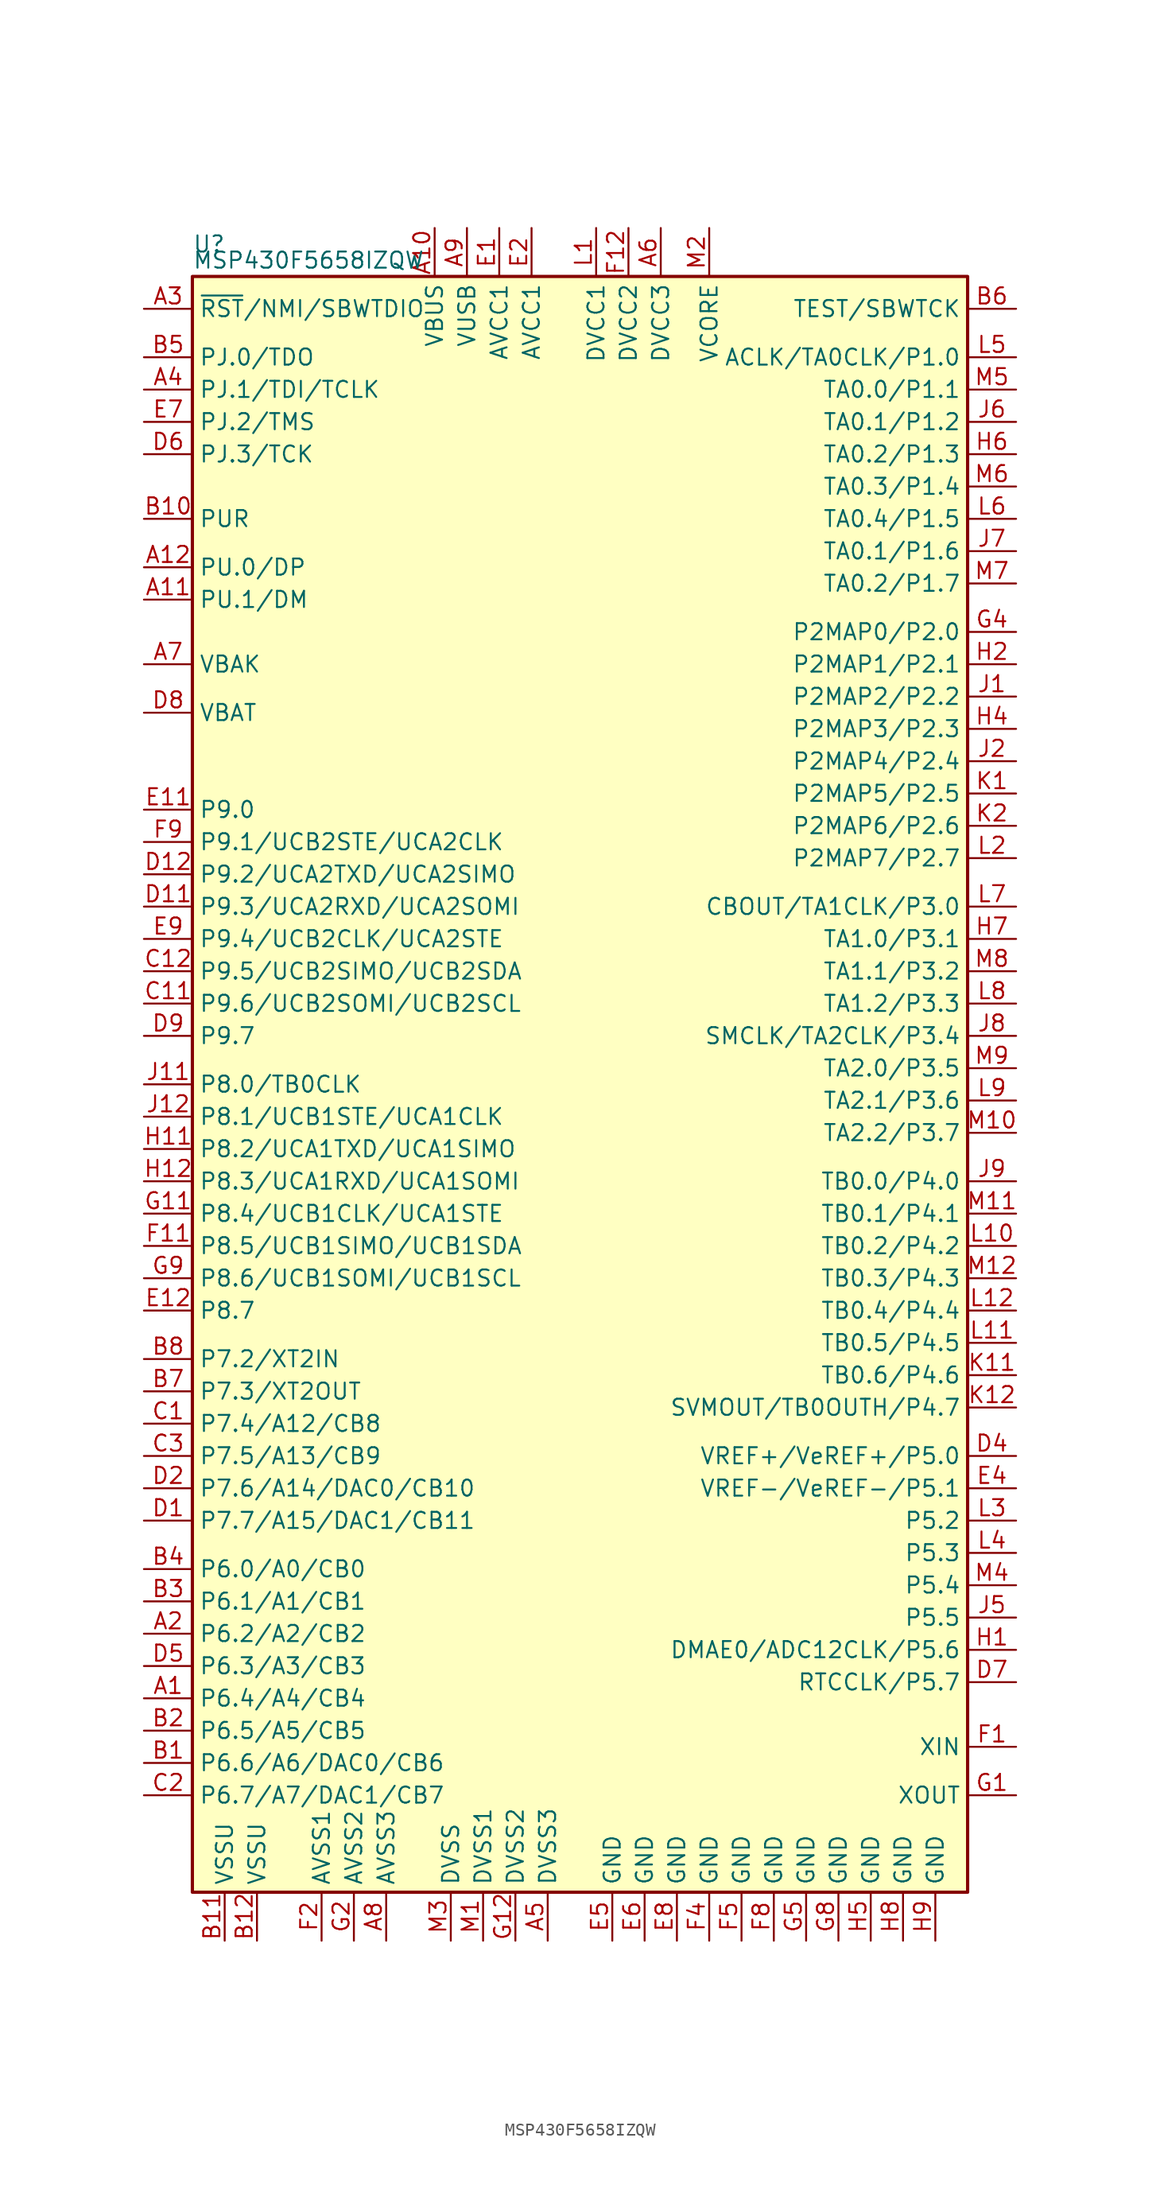
<source format=kicad_sym>
(kicad_symbol_lib
  (version 20231120)
  (generator "kicad_symbol_editor")
  (generator_version "8.0")
  (symbol "MSP430F5658IZQW"
    (property "Reference" "U"
      (at -30.48 66.04 0)
      (effects (font (size 1.27 1.27)) (justify left)))
    (property "Value" "MSP430F5658IZQW"
      (at -30.48 64.77 0)
      (effects (font (size 1.27 1.27)) (justify left)))
    (symbol "MSP430F5658IZQW_0_1"
      (rectangle (start -30.48 63.5) (end 30.48 -63.5) (stroke (width 0.254) (type default)) (fill (type background))))
    (symbol "MSP430F5658IZQW_1_1"
      (pin bidirectional line (at -34.29 -48.26 0) (length 3.81) (name "P6.4/A4/CB4" (effects (font (size 1.27 1.27)))) (number "A1" (effects (font (size 1.27 1.27)))))
      (pin passive line (at -11.43 67.31 270) (length 3.81) (name "VBUS" (effects (font (size 1.27 1.27)))) (number "A10" (effects (font (size 1.27 1.27)))))
      (pin bidirectional line (at -34.29 38.1 0) (length 3.81) (name "PU.1/DM" (effects (font (size 1.27 1.27)))) (number "A11" (effects (font (size 1.27 1.27)))))
      (pin bidirectional line (at -34.29 40.64 0) (length 3.81) (name "PU.0/DP" (effects (font (size 1.27 1.27)))) (number "A12" (effects (font (size 1.27 1.27)))))
      (pin bidirectional line (at -34.29 -43.18 0) (length 3.81) (name "P6.2/A2/CB2" (effects (font (size 1.27 1.27)))) (number "A2" (effects (font (size 1.27 1.27)))))
      (pin input line (at -34.29 60.96 0) (length 3.81) (name "~{RST}/NMI/SBWTDIO" (effects (font (size 1.27 1.27)))) (number "A3" (effects (font (size 1.27 1.27)))))
      (pin bidirectional line (at -34.29 54.61 0) (length 3.81) (name "PJ.1/TDI/TCLK" (effects (font (size 1.27 1.27)))) (number "A4" (effects (font (size 1.27 1.27)))))
      (pin power_in line (at -2.54 -67.31 90) (length 3.81) (name "DVSS3" (effects (font (size 1.27 1.27)))) (number "A5" (effects (font (size 1.27 1.27)))))
      (pin power_in line (at 6.35 67.31 270) (length 3.81) (name "DVCC3" (effects (font (size 1.27 1.27)))) (number "A6" (effects (font (size 1.27 1.27)))))
      (pin passive line (at -34.29 33.02 0) (length 3.81) (name "VBAK" (effects (font (size 1.27 1.27)))) (number "A7" (effects (font (size 1.27 1.27)))))
      (pin power_in line (at -15.24 -67.31 90) (length 3.81) (name "AVSS3" (effects (font (size 1.27 1.27)))) (number "A8" (effects (font (size 1.27 1.27)))))
      (pin passive line (at -8.89 67.31 270) (length 3.81) (name "VUSB" (effects (font (size 1.27 1.27)))) (number "A9" (effects (font (size 1.27 1.27)))))
      (pin bidirectional line (at -34.29 -53.34 0) (length 3.81) (name "P6.6/A6/DAC0/CB6" (effects (font (size 1.27 1.27)))) (number "B1" (effects (font (size 1.27 1.27)))))
      (pin bidirectional line (at -34.29 44.45 0) (length 3.81) (name "PUR" (effects (font (size 1.27 1.27)))) (number "B10" (effects (font (size 1.27 1.27)))))
      (pin power_in line (at -27.94 -67.31 90) (length 3.81) (name "VSSU" (effects (font (size 1.27 1.27)))) (number "B11" (effects (font (size 1.27 1.27)))))
      (pin power_in line (at -25.4 -67.31 90) (length 3.81) (name "VSSU" (effects (font (size 1.27 1.27)))) (number "B12" (effects (font (size 1.27 1.27)))))
      (pin bidirectional line (at -34.29 -50.8 0) (length 3.81) (name "P6.5/A5/CB5" (effects (font (size 1.27 1.27)))) (number "B2" (effects (font (size 1.27 1.27)))))
      (pin bidirectional line (at -34.29 -40.64 0) (length 3.81) (name "P6.1/A1/CB1" (effects (font (size 1.27 1.27)))) (number "B3" (effects (font (size 1.27 1.27)))))
      (pin bidirectional line (at -34.29 -38.1 0) (length 3.81) (name "P6.0/A0/CB0" (effects (font (size 1.27 1.27)))) (number "B4" (effects (font (size 1.27 1.27)))))
      (pin bidirectional line (at -34.29 57.15 0) (length 3.81) (name "PJ.0/TDO" (effects (font (size 1.27 1.27)))) (number "B5" (effects (font (size 1.27 1.27)))))
      (pin input line (at 34.29 60.96 180) (length 3.81) (name "TEST/SBWTCK" (effects (font (size 1.27 1.27)))) (number "B6" (effects (font (size 1.27 1.27)))))
      (pin bidirectional line (at -34.29 -24.13 0) (length 3.81) (name "P7.3/XT2OUT" (effects (font (size 1.27 1.27)))) (number "B7" (effects (font (size 1.27 1.27)))))
      (pin bidirectional line (at -34.29 -21.59 0) (length 3.81) (name "P7.2/XT2IN" (effects (font (size 1.27 1.27)))) (number "B8" (effects (font (size 1.27 1.27)))))
      (pin bidirectional line (at -34.29 -26.67 0) (length 3.81) (name "P7.4/A12/CB8" (effects (font (size 1.27 1.27)))) (number "C1" (effects (font (size 1.27 1.27)))))
      (pin bidirectional line (at -34.29 6.35 0) (length 3.81) (name "P9.6/UCB2SOMI/UCB2SCL" (effects (font (size 1.27 1.27)))) (number "C11" (effects (font (size 1.27 1.27)))))
      (pin bidirectional line (at -34.29 8.89 0) (length 3.81) (name "P9.5/UCB2SIMO/UCB2SDA" (effects (font (size 1.27 1.27)))) (number "C12" (effects (font (size 1.27 1.27)))))
      (pin bidirectional line (at -34.29 -55.88 0) (length 3.81) (name "P6.7/A7/DAC1/CB7" (effects (font (size 1.27 1.27)))) (number "C2" (effects (font (size 1.27 1.27)))))
      (pin bidirectional line (at -34.29 -29.21 0) (length 3.81) (name "P7.5/A13/CB9" (effects (font (size 1.27 1.27)))) (number "C3" (effects (font (size 1.27 1.27)))))
      (pin bidirectional line (at -34.29 -34.29 0) (length 3.81) (name "P7.7/A15/DAC1/CB11" (effects (font (size 1.27 1.27)))) (number "D1" (effects (font (size 1.27 1.27)))))
      (pin bidirectional line (at -34.29 13.97 0) (length 3.81) (name "P9.3/UCA2RXD/UCA2SOMI" (effects (font (size 1.27 1.27)))) (number "D11" (effects (font (size 1.27 1.27)))))
      (pin bidirectional line (at -34.29 16.51 0) (length 3.81) (name "P9.2/UCA2TXD/UCA2SIMO" (effects (font (size 1.27 1.27)))) (number "D12" (effects (font (size 1.27 1.27)))))
      (pin bidirectional line (at -34.29 -31.75 0) (length 3.81) (name "P7.6/A14/DAC0/CB10" (effects (font (size 1.27 1.27)))) (number "D2" (effects (font (size 1.27 1.27)))))
      (pin bidirectional line (at 34.29 -29.21 180) (length 3.81) (name "VREF+/VeREF+/P5.0" (effects (font (size 1.27 1.27)))) (number "D4" (effects (font (size 1.27 1.27)))))
      (pin bidirectional line (at -34.29 -45.72 0) (length 3.81) (name "P6.3/A3/CB3" (effects (font (size 1.27 1.27)))) (number "D5" (effects (font (size 1.27 1.27)))))
      (pin bidirectional line (at -34.29 49.53 0) (length 3.81) (name "PJ.3/TCK" (effects (font (size 1.27 1.27)))) (number "D6" (effects (font (size 1.27 1.27)))))
      (pin bidirectional line (at 34.29 -46.99 180) (length 3.81) (name "RTCCLK/P5.7" (effects (font (size 1.27 1.27)))) (number "D7" (effects (font (size 1.27 1.27)))))
      (pin passive line (at -34.29 29.21 0) (length 3.81) (name "VBAT" (effects (font (size 1.27 1.27)))) (number "D8" (effects (font (size 1.27 1.27)))))
      (pin bidirectional line (at -34.29 3.81 0) (length 3.81) (name "P9.7" (effects (font (size 1.27 1.27)))) (number "D9" (effects (font (size 1.27 1.27)))))
      (pin power_in line (at -6.35 67.31 270) (length 3.81) (name "AVCC1" (effects (font (size 1.27 1.27)))) (number "E1" (effects (font (size 1.27 1.27)))))
      (pin bidirectional line (at -34.29 21.59 0) (length 3.81) (name "P9.0" (effects (font (size 1.27 1.27)))) (number "E11" (effects (font (size 1.27 1.27)))))
      (pin bidirectional line (at -34.29 -17.78 0) (length 3.81) (name "P8.7" (effects (font (size 1.27 1.27)))) (number "E12" (effects (font (size 1.27 1.27)))))
      (pin power_in line (at -3.81 67.31 270) (length 3.81) (name "AVCC1" (effects (font (size 1.27 1.27)))) (number "E2" (effects (font (size 1.27 1.27)))))
      (pin bidirectional line (at 34.29 -31.75 180) (length 3.81) (name "VREF-/VeREF-/P5.1" (effects (font (size 1.27 1.27)))) (number "E4" (effects (font (size 1.27 1.27)))))
      (pin power_in line (at 2.54 -67.31 90) (length 3.81) (name "GND" (effects (font (size 1.27 1.27)))) (number "E5" (effects (font (size 1.27 1.27)))))
      (pin power_in line (at 5.08 -67.31 90) (length 3.81) (name "GND" (effects (font (size 1.27 1.27)))) (number "E6" (effects (font (size 1.27 1.27)))))
      (pin bidirectional line (at -34.29 52.07 0) (length 3.81) (name "PJ.2/TMS" (effects (font (size 1.27 1.27)))) (number "E7" (effects (font (size 1.27 1.27)))))
      (pin power_in line (at 7.62 -67.31 90) (length 3.81) (name "GND" (effects (font (size 1.27 1.27)))) (number "E8" (effects (font (size 1.27 1.27)))))
      (pin bidirectional line (at -34.29 11.43 0) (length 3.81) (name "P9.4/UCB2CLK/UCA2STE" (effects (font (size 1.27 1.27)))) (number "E9" (effects (font (size 1.27 1.27)))))
      (pin input line (at 34.29 -52.07 180) (length 3.81) (name "XIN" (effects (font (size 1.27 1.27)))) (number "F1" (effects (font (size 1.27 1.27)))))
      (pin bidirectional line (at -34.29 -12.7 0) (length 3.81) (name "P8.5/UCB1SIMO/UCB1SDA" (effects (font (size 1.27 1.27)))) (number "F11" (effects (font (size 1.27 1.27)))))
      (pin power_in line (at 3.81 67.31 270) (length 3.81) (name "DVCC2" (effects (font (size 1.27 1.27)))) (number "F12" (effects (font (size 1.27 1.27)))))
      (pin power_in line (at -20.32 -67.31 90) (length 3.81) (name "AVSS1" (effects (font (size 1.27 1.27)))) (number "F2" (effects (font (size 1.27 1.27)))))
      (pin power_in line (at 10.16 -67.31 90) (length 3.81) (name "GND" (effects (font (size 1.27 1.27)))) (number "F4" (effects (font (size 1.27 1.27)))))
      (pin power_in line (at 12.7 -67.31 90) (length 3.81) (name "GND" (effects (font (size 1.27 1.27)))) (number "F5" (effects (font (size 1.27 1.27)))))
      (pin power_in line (at 15.24 -67.31 90) (length 3.81) (name "GND" (effects (font (size 1.27 1.27)))) (number "F8" (effects (font (size 1.27 1.27)))))
      (pin bidirectional line (at -34.29 19.05 0) (length 3.81) (name "P9.1/UCB2STE/UCA2CLK" (effects (font (size 1.27 1.27)))) (number "F9" (effects (font (size 1.27 1.27)))))
      (pin output line (at 34.29 -55.88 180) (length 3.81) (name "XOUT" (effects (font (size 1.27 1.27)))) (number "G1" (effects (font (size 1.27 1.27)))))
      (pin bidirectional line (at -34.29 -10.16 0) (length 3.81) (name "P8.4/UCB1CLK/UCA1STE" (effects (font (size 1.27 1.27)))) (number "G11" (effects (font (size 1.27 1.27)))))
      (pin power_in line (at -5.08 -67.31 90) (length 3.81) (name "DVSS2" (effects (font (size 1.27 1.27)))) (number "G12" (effects (font (size 1.27 1.27)))))
      (pin power_in line (at -17.78 -67.31 90) (length 3.81) (name "AVSS2" (effects (font (size 1.27 1.27)))) (number "G2" (effects (font (size 1.27 1.27)))))
      (pin bidirectional line (at 34.29 35.56 180) (length 3.81) (name "P2MAP0/P2.0" (effects (font (size 1.27 1.27)))) (number "G4" (effects (font (size 1.27 1.27)))))
      (pin power_in line (at 17.78 -67.31 90) (length 3.81) (name "GND" (effects (font (size 1.27 1.27)))) (number "G5" (effects (font (size 1.27 1.27)))))
      (pin power_in line (at 20.32 -67.31 90) (length 3.81) (name "GND" (effects (font (size 1.27 1.27)))) (number "G8" (effects (font (size 1.27 1.27)))))
      (pin bidirectional line (at -34.29 -15.24 0) (length 3.81) (name "P8.6/UCB1SOMI/UCB1SCL" (effects (font (size 1.27 1.27)))) (number "G9" (effects (font (size 1.27 1.27)))))
      (pin bidirectional line (at 34.29 -44.45 180) (length 3.81) (name "DMAE0/ADC12CLK/P5.6" (effects (font (size 1.27 1.27)))) (number "H1" (effects (font (size 1.27 1.27)))))
      (pin bidirectional line (at -34.29 -5.08 0) (length 3.81) (name "P8.2/UCA1TXD/UCA1SIMO" (effects (font (size 1.27 1.27)))) (number "H11" (effects (font (size 1.27 1.27)))))
      (pin bidirectional line (at -34.29 -7.62 0) (length 3.81) (name "P8.3/UCA1RXD/UCA1SOMI" (effects (font (size 1.27 1.27)))) (number "H12" (effects (font (size 1.27 1.27)))))
      (pin bidirectional line (at 34.29 33.02 180) (length 3.81) (name "P2MAP1/P2.1" (effects (font (size 1.27 1.27)))) (number "H2" (effects (font (size 1.27 1.27)))))
      (pin bidirectional line (at 34.29 27.94 180) (length 3.81) (name "P2MAP3/P2.3" (effects (font (size 1.27 1.27)))) (number "H4" (effects (font (size 1.27 1.27)))))
      (pin power_in line (at 22.86 -67.31 90) (length 3.81) (name "GND" (effects (font (size 1.27 1.27)))) (number "H5" (effects (font (size 1.27 1.27)))))
      (pin bidirectional line (at 34.29 49.53 180) (length 3.81) (name "TA0.2/P1.3" (effects (font (size 1.27 1.27)))) (number "H6" (effects (font (size 1.27 1.27)))))
      (pin bidirectional line (at 34.29 11.43 180) (length 3.81) (name "TA1.0/P3.1" (effects (font (size 1.27 1.27)))) (number "H7" (effects (font (size 1.27 1.27)))))
      (pin power_in line (at 25.4 -67.31 90) (length 3.81) (name "GND" (effects (font (size 1.27 1.27)))) (number "H8" (effects (font (size 1.27 1.27)))))
      (pin power_in line (at 27.94 -67.31 90) (length 3.81) (name "GND" (effects (font (size 1.27 1.27)))) (number "H9" (effects (font (size 1.27 1.27)))))
      (pin bidirectional line (at 34.29 30.48 180) (length 3.81) (name "P2MAP2/P2.2" (effects (font (size 1.27 1.27)))) (number "J1" (effects (font (size 1.27 1.27)))))
      (pin bidirectional line (at -34.29 0 0) (length 3.81) (name "P8.0/TB0CLK" (effects (font (size 1.27 1.27)))) (number "J11" (effects (font (size 1.27 1.27)))))
      (pin bidirectional line (at -34.29 -2.54 0) (length 3.81) (name "P8.1/UCB1STE/UCA1CLK" (effects (font (size 1.27 1.27)))) (number "J12" (effects (font (size 1.27 1.27)))))
      (pin bidirectional line (at 34.29 25.4 180) (length 3.81) (name "P2MAP4/P2.4" (effects (font (size 1.27 1.27)))) (number "J2" (effects (font (size 1.27 1.27)))))
      (pin bidirectional line (at 34.29 -41.91 180) (length 3.81) (name "P5.5" (effects (font (size 1.27 1.27)))) (number "J5" (effects (font (size 1.27 1.27)))))
      (pin bidirectional line (at 34.29 52.07 180) (length 3.81) (name "TA0.1/P1.2" (effects (font (size 1.27 1.27)))) (number "J6" (effects (font (size 1.27 1.27)))))
      (pin bidirectional line (at 34.29 41.91 180) (length 3.81) (name "TA0.1/P1.6" (effects (font (size 1.27 1.27)))) (number "J7" (effects (font (size 1.27 1.27)))))
      (pin bidirectional line (at 34.29 3.81 180) (length 3.81) (name "SMCLK/TA2CLK/P3.4" (effects (font (size 1.27 1.27)))) (number "J8" (effects (font (size 1.27 1.27)))))
      (pin bidirectional line (at 34.29 -7.62 180) (length 3.81) (name "TB0.0/P4.0" (effects (font (size 1.27 1.27)))) (number "J9" (effects (font (size 1.27 1.27)))))
      (pin bidirectional line (at 34.29 22.86 180) (length 3.81) (name "P2MAP5/P2.5" (effects (font (size 1.27 1.27)))) (number "K1" (effects (font (size 1.27 1.27)))))
      (pin bidirectional line (at 34.29 -22.86 180) (length 3.81) (name "TB0.6/P4.6" (effects (font (size 1.27 1.27)))) (number "K11" (effects (font (size 1.27 1.27)))))
      (pin bidirectional line (at 34.29 -25.4 180) (length 3.81) (name "SVMOUT/TB0OUTH/P4.7" (effects (font (size 1.27 1.27)))) (number "K12" (effects (font (size 1.27 1.27)))))
      (pin bidirectional line (at 34.29 20.32 180) (length 3.81) (name "P2MAP6/P2.6" (effects (font (size 1.27 1.27)))) (number "K2" (effects (font (size 1.27 1.27)))))
      (pin power_in line (at 1.27 67.31 270) (length 3.81) (name "DVCC1" (effects (font (size 1.27 1.27)))) (number "L1" (effects (font (size 1.27 1.27)))))
      (pin bidirectional line (at 34.29 -12.7 180) (length 3.81) (name "TB0.2/P4.2" (effects (font (size 1.27 1.27)))) (number "L10" (effects (font (size 1.27 1.27)))))
      (pin bidirectional line (at 34.29 -20.32 180) (length 3.81) (name "TB0.5/P4.5" (effects (font (size 1.27 1.27)))) (number "L11" (effects (font (size 1.27 1.27)))))
      (pin bidirectional line (at 34.29 -17.78 180) (length 3.81) (name "TB0.4/P4.4" (effects (font (size 1.27 1.27)))) (number "L12" (effects (font (size 1.27 1.27)))))
      (pin bidirectional line (at 34.29 17.78 180) (length 3.81) (name "P2MAP7/P2.7" (effects (font (size 1.27 1.27)))) (number "L2" (effects (font (size 1.27 1.27)))))
      (pin bidirectional line (at 34.29 -34.29 180) (length 3.81) (name "P5.2" (effects (font (size 1.27 1.27)))) (number "L3" (effects (font (size 1.27 1.27)))))
      (pin bidirectional line (at 34.29 -36.83 180) (length 3.81) (name "P5.3" (effects (font (size 1.27 1.27)))) (number "L4" (effects (font (size 1.27 1.27)))))
      (pin bidirectional line (at 34.29 57.15 180) (length 3.81) (name "ACLK/TA0CLK/P1.0" (effects (font (size 1.27 1.27)))) (number "L5" (effects (font (size 1.27 1.27)))))
      (pin bidirectional line (at 34.29 44.45 180) (length 3.81) (name "TA0.4/P1.5" (effects (font (size 1.27 1.27)))) (number "L6" (effects (font (size 1.27 1.27)))))
      (pin bidirectional line (at 34.29 13.97 180) (length 3.81) (name "CBOUT/TA1CLK/P3.0" (effects (font (size 1.27 1.27)))) (number "L7" (effects (font (size 1.27 1.27)))))
      (pin bidirectional line (at 34.29 6.35 180) (length 3.81) (name "TA1.2/P3.3" (effects (font (size 1.27 1.27)))) (number "L8" (effects (font (size 1.27 1.27)))))
      (pin bidirectional line (at 34.29 -1.27 180) (length 3.81) (name "TA2.1/P3.6" (effects (font (size 1.27 1.27)))) (number "L9" (effects (font (size 1.27 1.27)))))
      (pin power_in line (at -7.62 -67.31 90) (length 3.81) (name "DVSS1" (effects (font (size 1.27 1.27)))) (number "M1" (effects (font (size 1.27 1.27)))))
      (pin bidirectional line (at 34.29 -3.81 180) (length 3.81) (name "TA2.2/P3.7" (effects (font (size 1.27 1.27)))) (number "M10" (effects (font (size 1.27 1.27)))))
      (pin bidirectional line (at 34.29 -10.16 180) (length 3.81) (name "TB0.1/P4.1" (effects (font (size 1.27 1.27)))) (number "M11" (effects (font (size 1.27 1.27)))))
      (pin bidirectional line (at 34.29 -15.24 180) (length 3.81) (name "TB0.3/P4.3" (effects (font (size 1.27 1.27)))) (number "M12" (effects (font (size 1.27 1.27)))))
      (pin power_in line (at 10.16 67.31 270) (length 3.81) (name "VCORE" (effects (font (size 1.27 1.27)))) (number "M2" (effects (font (size 1.27 1.27)))))
      (pin power_in line (at -10.16 -67.31 90) (length 3.81) (name "DVSS" (effects (font (size 1.27 1.27)))) (number "M3" (effects (font (size 1.27 1.27)))))
      (pin bidirectional line (at 34.29 -39.37 180) (length 3.81) (name "P5.4" (effects (font (size 1.27 1.27)))) (number "M4" (effects (font (size 1.27 1.27)))))
      (pin bidirectional line (at 34.29 54.61 180) (length 3.81) (name "TA0.0/P1.1" (effects (font (size 1.27 1.27)))) (number "M5" (effects (font (size 1.27 1.27)))))
      (pin bidirectional line (at 34.29 46.99 180) (length 3.81) (name "TA0.3/P1.4" (effects (font (size 1.27 1.27)))) (number "M6" (effects (font (size 1.27 1.27)))))
      (pin bidirectional line (at 34.29 39.37 180) (length 3.81) (name "TA0.2/P1.7" (effects (font (size 1.27 1.27)))) (number "M7" (effects (font (size 1.27 1.27)))))
      (pin bidirectional line (at 34.29 8.89 180) (length 3.81) (name "TA1.1/P3.2" (effects (font (size 1.27 1.27)))) (number "M8" (effects (font (size 1.27 1.27)))))
      (pin bidirectional line (at 34.29 1.27 180) (length 3.81) (name "TA2.0/P3.5" (effects (font (size 1.27 1.27)))) (number "M9" (effects (font (size 1.27 1.27))))))))
</source>
